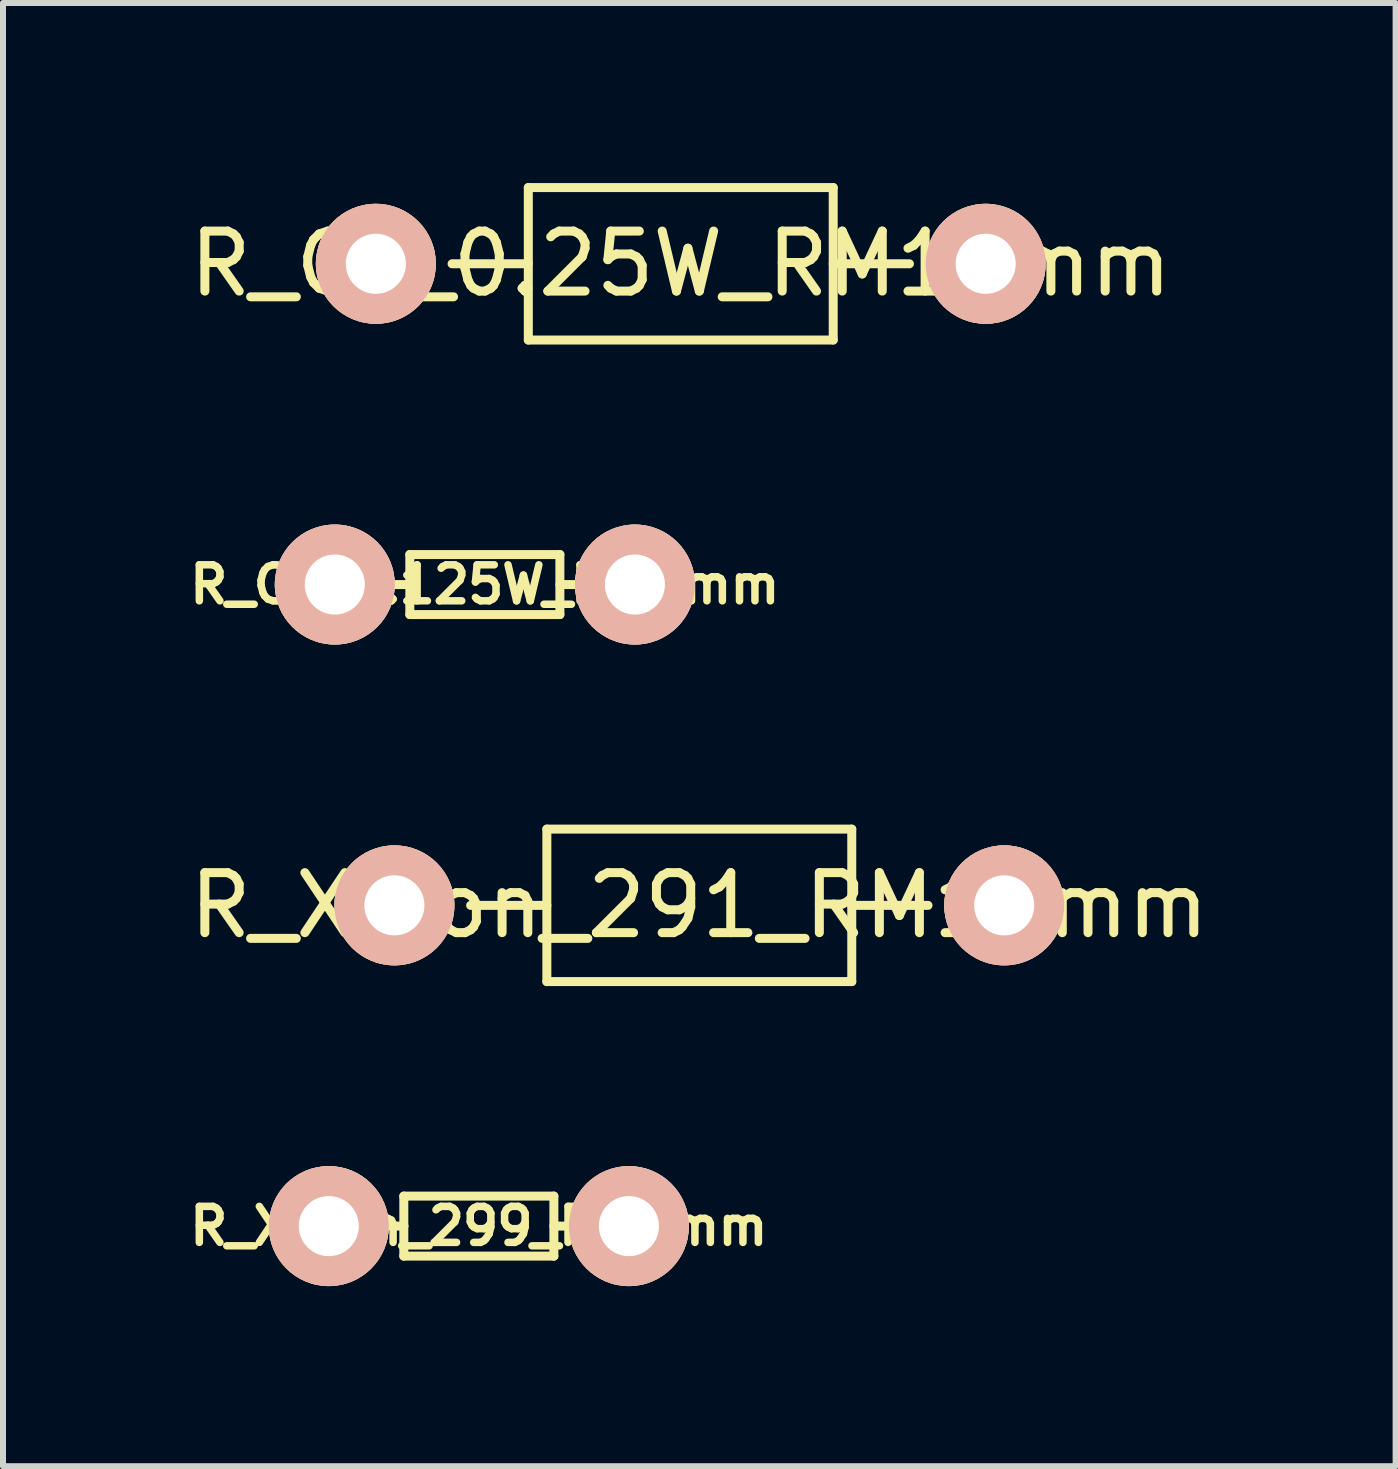
<source format=kicad_pcb>
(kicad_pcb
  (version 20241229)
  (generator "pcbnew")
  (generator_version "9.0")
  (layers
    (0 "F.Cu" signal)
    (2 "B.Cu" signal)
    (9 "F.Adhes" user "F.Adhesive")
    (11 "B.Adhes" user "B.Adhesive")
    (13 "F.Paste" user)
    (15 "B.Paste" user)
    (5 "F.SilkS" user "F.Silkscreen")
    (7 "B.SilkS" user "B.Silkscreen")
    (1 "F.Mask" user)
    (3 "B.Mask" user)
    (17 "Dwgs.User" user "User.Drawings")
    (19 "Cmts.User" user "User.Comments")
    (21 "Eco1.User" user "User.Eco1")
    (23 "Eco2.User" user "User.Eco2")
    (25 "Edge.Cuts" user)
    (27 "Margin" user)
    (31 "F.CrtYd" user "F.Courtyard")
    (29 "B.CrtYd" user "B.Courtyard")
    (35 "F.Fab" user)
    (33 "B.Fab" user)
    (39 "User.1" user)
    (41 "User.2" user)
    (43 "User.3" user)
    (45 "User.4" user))
  (footprint "R_Xicon_299_RM5mm"
    (layer "F.Cu")
    (at 4.928 17.378)
    (property "Reference" "R_Xicon_299_RM5mm" (at 0 0 0) (layer "F.SilkS") (effects (font (size 0.6 0.6) (thickness 0.125))))
    (attr through_hole)
    (fp_line (start -1.5 0) (end -1.25 0) (stroke (width 0.15) (type solid)) (layer "F.SilkS"))
    (fp_line (start -1.25 -0.5) (end -1.25 0) (stroke (width 0.15) (type solid)) (layer "F.SilkS"))
    (fp_line (start -1.25 0) (end -1.25 0.5) (stroke (width 0.15) (type solid)) (layer "F.SilkS"))
    (fp_line (start -1.25 0.5) (end 1.25 0.5) (stroke (width 0.15) (type solid)) (layer "F.SilkS"))
    (fp_line (start 1.25 -0.5) (end -1.25 -0.5) (stroke (width 0.15) (type solid)) (layer "F.SilkS"))
    (fp_line (start 1.25 0.5) (end 1.25 -0.5) (stroke (width 0.15) (type solid)) (layer "F.SilkS"))
    (fp_line (start 1.5 0) (end 1.25 0) (stroke (width 0.15) (type solid)) (layer "F.SilkS"))
    (pad "1" thru_hole circle (at -2.5 0) (size 1.999 1.999) (drill 1.001) (layers "*.Cu" "*.SilkS" "*.Mask"))
    (pad "2" thru_hole circle (at 2.5 0) (size 1.999 1.999) (drill 1.001) (layers "*.Cu" "*.SilkS" "*.Mask")))
  (footprint "R_CF_0.125W_RM5mm"
    (layer "F.Cu")
    (at 5.028 6.689)
    (property "Reference" "R_CF_0.125W_RM5mm" (at 0 0 0) (layer "F.SilkS") (effects (font (size 0.6 0.6) (thickness 0.125))))
    (attr through_hole)
    (fp_line (start -1.5 0) (end -1.25 0) (stroke (width 0.15) (type solid)) (layer "F.SilkS"))
    (fp_line (start -1.25 -0.5) (end -1.25 0) (stroke (width 0.15) (type solid)) (layer "F.SilkS"))
    (fp_line (start -1.25 0) (end -1.25 0.5) (stroke (width 0.15) (type solid)) (layer "F.SilkS"))
    (fp_line (start -1.25 0.5) (end 1.25 0.5) (stroke (width 0.15) (type solid)) (layer "F.SilkS"))
    (fp_line (start 1.25 -0.5) (end -1.25 -0.5) (stroke (width 0.15) (type solid)) (layer "F.SilkS"))
    (fp_line (start 1.25 0.5) (end 1.25 -0.5) (stroke (width 0.15) (type solid)) (layer "F.SilkS"))
    (fp_line (start 1.5 0) (end 1.25 0) (stroke (width 0.15) (type solid)) (layer "F.SilkS"))
    (pad "1" thru_hole circle (at -2.5 0) (size 1.999 1.999) (drill 1.001) (layers "*.Cu" "*.SilkS" "*.Mask"))
    (pad "2" thru_hole circle (at 2.5 0) (size 1.999 1.999) (drill 1.001) (layers "*.Cu" "*.SilkS" "*.Mask")))
  (footprint "R_CF_0.25W_RM10mm"
    (layer "F.Cu")
    (at 8.292 1.345)
    (property "Reference" "R_CF_0.25W_RM10mm" (at 0 0 0) (layer "F.SilkS") (effects (font (size 1 1) (thickness 0.15))))
    (attr through_hole)
    (fp_line (start -2.54 -1.27) (end 2.54 -1.27) (stroke (width 0.15) (type solid)) (layer "F.SilkS"))
    (fp_line (start -2.54 0) (end -3.81 0) (stroke (width 0.15) (type solid)) (layer "F.SilkS"))
    (fp_line (start -2.54 1.27) (end -2.54 -1.27) (stroke (width 0.15) (type solid)) (layer "F.SilkS"))
    (fp_line (start 2.54 -1.27) (end 2.54 1.27) (stroke (width 0.15) (type solid)) (layer "F.SilkS"))
    (fp_line (start 2.54 0) (end 3.81 0) (stroke (width 0.15) (type solid)) (layer "F.SilkS"))
    (fp_line (start 2.54 1.27) (end -2.54 1.27) (stroke (width 0.15) (type solid)) (layer "F.SilkS"))
    (pad "1" thru_hole circle (at -5.08 0) (size 1.999 1.999) (drill 1.001) (layers "*.Cu" "*.SilkS" "*.Mask"))
    (pad "2" thru_hole circle (at 5.08 0) (size 1.999 1.999) (drill 1.001) (layers "*.Cu" "*.SilkS" "*.Mask")))
  (footprint "R_Xicon_291_RM10mm"
    (layer "F.Cu")
    (at 8.601 12.034)
    (property "Reference" "R_Xicon_291_RM10mm" (at 0 0 0) (layer "F.SilkS") (effects (font (size 1 1) (thickness 0.15))))
    (attr through_hole)
    (fp_line (start -2.54 -1.27) (end 2.54 -1.27) (stroke (width 0.15) (type solid)) (layer "F.SilkS"))
    (fp_line (start -2.54 0) (end -3.81 0) (stroke (width 0.15) (type solid)) (layer "F.SilkS"))
    (fp_line (start -2.54 1.27) (end -2.54 -1.27) (stroke (width 0.15) (type solid)) (layer "F.SilkS"))
    (fp_line (start 2.54 -1.27) (end 2.54 1.27) (stroke (width 0.15) (type solid)) (layer "F.SilkS"))
    (fp_line (start 2.54 0) (end 3.81 0) (stroke (width 0.15) (type solid)) (layer "F.SilkS"))
    (fp_line (start 2.54 1.27) (end -2.54 1.27) (stroke (width 0.15) (type solid)) (layer "F.SilkS"))
    (pad "1" thru_hole circle (at -5.08 0) (size 1.999 1.999) (drill 1.001) (layers "*.Cu" "*.SilkS" "*.Mask"))
    (pad "2" thru_hole circle (at 5.08 0) (size 1.999 1.999) (drill 1.001) (layers "*.Cu" "*.SilkS" "*.Mask")))
  (gr_rect
    (start -3 -3)
    (end 20.202 21.378)
    (stroke (width 0.1) (type default))
    (fill no)
    (layer "Edge.Cuts")))
</source>
